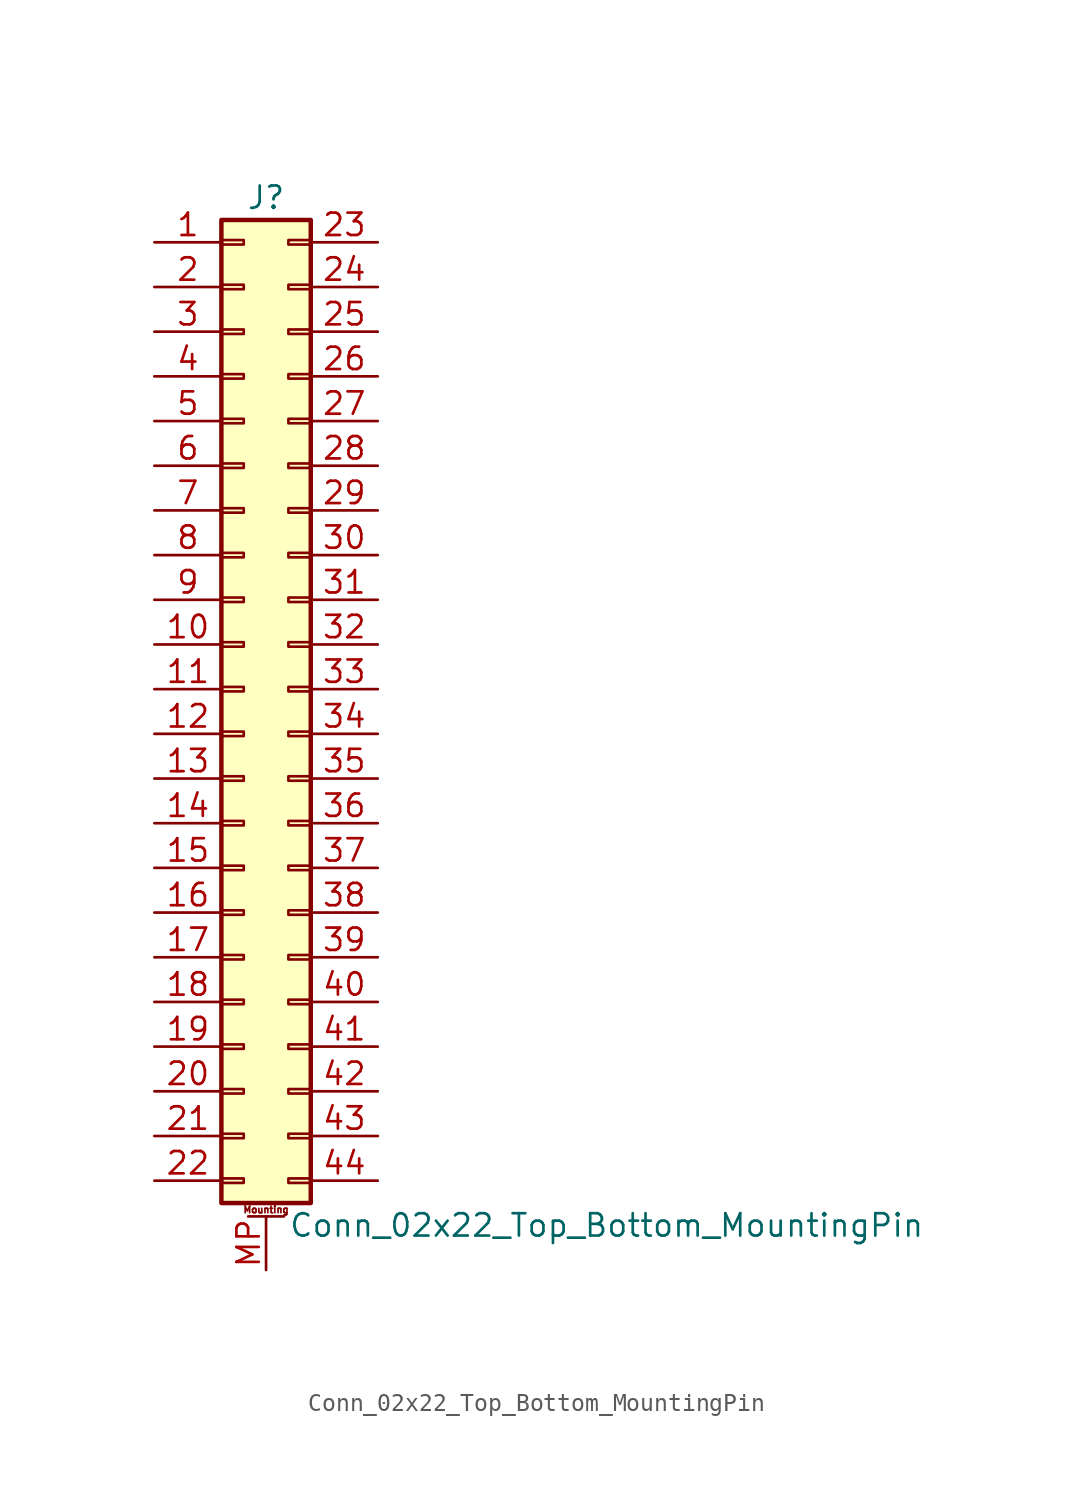
<source format=kicad_sym>
(kicad_symbol_lib
  (version 20201005)
  (generator kicad_symbol_editor)
  (symbol "Conn_02x22_Top_Bottom_MountingPin"
    (pin_names
      (offset 1.016) hide)
    (property "Reference" "J"
      (at 1.27 27.94 0)
      (effects (font (size 1.27 1.27))))
    (property "Value" "Conn_02x22_Top_Bottom_MountingPin"
      (at 2.54 -30.48 0)
      (effects (font (size 1.27 1.27)) (justify left)))
    (symbol "Conn_02x22_Top_Bottom_MountingPin_1_1"
      (text "Mounting" (at 1.27 -29.591 0) (effects (font (size 0.381 0.381))))
      (rectangle (start -1.27 -27.813) (end 0 -28.067) (stroke (width 0.152)) (fill (type none)))
      (rectangle (start -1.27 -25.273) (end 0 -25.527) (stroke (width 0.152)) (fill (type none)))
      (rectangle (start -1.27 -22.733) (end 0 -22.987) (stroke (width 0.152)) (fill (type none)))
      (rectangle (start -1.27 -20.193) (end 0 -20.447) (stroke (width 0.152)) (fill (type none)))
      (rectangle (start -1.27 -17.653) (end 0 -17.907) (stroke (width 0.152)) (fill (type none)))
      (rectangle (start -1.27 -15.113) (end 0 -15.367) (stroke (width 0.152)) (fill (type none)))
      (rectangle (start -1.27 -12.573) (end 0 -12.827) (stroke (width 0.152)) (fill (type none)))
      (rectangle (start -1.27 -10.033) (end 0 -10.287) (stroke (width 0.152)) (fill (type none)))
      (rectangle (start -1.27 -7.493) (end 0 -7.747) (stroke (width 0.152)) (fill (type none)))
      (rectangle (start -1.27 -4.953) (end 0 -5.207) (stroke (width 0.152)) (fill (type none)))
      (rectangle (start -1.27 -2.413) (end 0 -2.667) (stroke (width 0.152)) (fill (type none)))
      (rectangle (start -1.27 0.127) (end 0 -0.127) (stroke (width 0.152)) (fill (type none)))
      (rectangle (start -1.27 2.667) (end 0 2.413) (stroke (width 0.152)) (fill (type none)))
      (rectangle (start -1.27 5.207) (end 0 4.953) (stroke (width 0.152)) (fill (type none)))
      (rectangle (start -1.27 7.747) (end 0 7.493) (stroke (width 0.152)) (fill (type none)))
      (rectangle (start -1.27 10.287) (end 0 10.033) (stroke (width 0.152)) (fill (type none)))
      (rectangle (start -1.27 12.827) (end 0 12.573) (stroke (width 0.152)) (fill (type none)))
      (rectangle (start -1.27 15.367) (end 0 15.113) (stroke (width 0.152)) (fill (type none)))
      (rectangle (start -1.27 17.907) (end 0 17.653) (stroke (width 0.152)) (fill (type none)))
      (rectangle (start -1.27 20.447) (end 0 20.193) (stroke (width 0.152)) (fill (type none)))
      (rectangle (start -1.27 22.987) (end 0 22.733) (stroke (width 0.152)) (fill (type none)))
      (rectangle (start -1.27 25.527) (end 0 25.273) (stroke (width 0.152)) (fill (type none)))
      (rectangle (start 3.81 -27.813) (end 2.54 -28.067) (stroke (width 0.152)) (fill (type none)))
      (rectangle (start 3.81 -25.273) (end 2.54 -25.527) (stroke (width 0.152)) (fill (type none)))
      (rectangle (start 3.81 -22.733) (end 2.54 -22.987) (stroke (width 0.152)) (fill (type none)))
      (rectangle (start 3.81 -20.193) (end 2.54 -20.447) (stroke (width 0.152)) (fill (type none)))
      (rectangle (start 3.81 -17.653) (end 2.54 -17.907) (stroke (width 0.152)) (fill (type none)))
      (rectangle (start 3.81 -15.113) (end 2.54 -15.367) (stroke (width 0.152)) (fill (type none)))
      (rectangle (start 3.81 -12.573) (end 2.54 -12.827) (stroke (width 0.152)) (fill (type none)))
      (rectangle (start 3.81 -10.033) (end 2.54 -10.287) (stroke (width 0.152)) (fill (type none)))
      (rectangle (start 3.81 -7.493) (end 2.54 -7.747) (stroke (width 0.152)) (fill (type none)))
      (rectangle (start 3.81 -4.953) (end 2.54 -5.207) (stroke (width 0.152)) (fill (type none)))
      (rectangle (start 3.81 -2.413) (end 2.54 -2.667) (stroke (width 0.152)) (fill (type none)))
      (rectangle (start 3.81 0.127) (end 2.54 -0.127) (stroke (width 0.152)) (fill (type none)))
      (rectangle (start 3.81 2.667) (end 2.54 2.413) (stroke (width 0.152)) (fill (type none)))
      (rectangle (start 3.81 5.207) (end 2.54 4.953) (stroke (width 0.152)) (fill (type none)))
      (rectangle (start 3.81 7.747) (end 2.54 7.493) (stroke (width 0.152)) (fill (type none)))
      (rectangle (start 3.81 10.287) (end 2.54 10.033) (stroke (width 0.152)) (fill (type none)))
      (rectangle (start 3.81 12.827) (end 2.54 12.573) (stroke (width 0.152)) (fill (type none)))
      (rectangle (start 3.81 15.367) (end 2.54 15.113) (stroke (width 0.152)) (fill (type none)))
      (rectangle (start 3.81 17.907) (end 2.54 17.653) (stroke (width 0.152)) (fill (type none)))
      (rectangle (start 3.81 20.447) (end 2.54 20.193) (stroke (width 0.152)) (fill (type none)))
      (rectangle (start 3.81 22.987) (end 2.54 22.733) (stroke (width 0.152)) (fill (type none)))
      (rectangle (start 3.81 25.527) (end 2.54 25.273) (stroke (width 0.152)) (fill (type none)))
      (rectangle (start -1.27 26.67) (end 3.81 -29.21) (stroke (width 0.254)) (fill (type background)))
      (polyline (pts (xy 0.254 -29.972) (xy 2.286 -29.972)) (stroke (width 0.152)) (fill (type none)))
      (pin passive line (at -5.08 25.4 0) (length 3.81) (name "Pin_1" (effects (font (size 1.27 1.27)))) (number "1" (effects (font (size 1.27 1.27)))))
      (pin passive line (at -5.08 2.54 0) (length 3.81) (name "Pin_10" (effects (font (size 1.27 1.27)))) (number "10" (effects (font (size 1.27 1.27)))))
      (pin passive line (at -5.08 0 0) (length 3.81) (name "Pin_11" (effects (font (size 1.27 1.27)))) (number "11" (effects (font (size 1.27 1.27)))))
      (pin passive line (at -5.08 -2.54 0) (length 3.81) (name "Pin_12" (effects (font (size 1.27 1.27)))) (number "12" (effects (font (size 1.27 1.27)))))
      (pin passive line (at -5.08 -5.08 0) (length 3.81) (name "Pin_13" (effects (font (size 1.27 1.27)))) (number "13" (effects (font (size 1.27 1.27)))))
      (pin passive line (at -5.08 -7.62 0) (length 3.81) (name "Pin_14" (effects (font (size 1.27 1.27)))) (number "14" (effects (font (size 1.27 1.27)))))
      (pin passive line (at -5.08 -10.16 0) (length 3.81) (name "Pin_15" (effects (font (size 1.27 1.27)))) (number "15" (effects (font (size 1.27 1.27)))))
      (pin passive line (at -5.08 -12.7 0) (length 3.81) (name "Pin_16" (effects (font (size 1.27 1.27)))) (number "16" (effects (font (size 1.27 1.27)))))
      (pin passive line (at -5.08 -15.24 0) (length 3.81) (name "Pin_17" (effects (font (size 1.27 1.27)))) (number "17" (effects (font (size 1.27 1.27)))))
      (pin passive line (at -5.08 -17.78 0) (length 3.81) (name "Pin_18" (effects (font (size 1.27 1.27)))) (number "18" (effects (font (size 1.27 1.27)))))
      (pin passive line (at -5.08 -20.32 0) (length 3.81) (name "Pin_19" (effects (font (size 1.27 1.27)))) (number "19" (effects (font (size 1.27 1.27)))))
      (pin passive line (at -5.08 22.86 0) (length 3.81) (name "Pin_2" (effects (font (size 1.27 1.27)))) (number "2" (effects (font (size 1.27 1.27)))))
      (pin passive line (at -5.08 -22.86 0) (length 3.81) (name "Pin_20" (effects (font (size 1.27 1.27)))) (number "20" (effects (font (size 1.27 1.27)))))
      (pin passive line (at -5.08 -25.4 0) (length 3.81) (name "Pin_21" (effects (font (size 1.27 1.27)))) (number "21" (effects (font (size 1.27 1.27)))))
      (pin passive line (at -5.08 -27.94 0) (length 3.81) (name "Pin_22" (effects (font (size 1.27 1.27)))) (number "22" (effects (font (size 1.27 1.27)))))
      (pin passive line (at 7.62 25.4 180) (length 3.81) (name "Pin_23" (effects (font (size 1.27 1.27)))) (number "23" (effects (font (size 1.27 1.27)))))
      (pin passive line (at 7.62 22.86 180) (length 3.81) (name "Pin_24" (effects (font (size 1.27 1.27)))) (number "24" (effects (font (size 1.27 1.27)))))
      (pin passive line (at 7.62 20.32 180) (length 3.81) (name "Pin_25" (effects (font (size 1.27 1.27)))) (number "25" (effects (font (size 1.27 1.27)))))
      (pin passive line (at 7.62 17.78 180) (length 3.81) (name "Pin_26" (effects (font (size 1.27 1.27)))) (number "26" (effects (font (size 1.27 1.27)))))
      (pin passive line (at 7.62 15.24 180) (length 3.81) (name "Pin_27" (effects (font (size 1.27 1.27)))) (number "27" (effects (font (size 1.27 1.27)))))
      (pin passive line (at 7.62 12.7 180) (length 3.81) (name "Pin_28" (effects (font (size 1.27 1.27)))) (number "28" (effects (font (size 1.27 1.27)))))
      (pin passive line (at 7.62 10.16 180) (length 3.81) (name "Pin_29" (effects (font (size 1.27 1.27)))) (number "29" (effects (font (size 1.27 1.27)))))
      (pin passive line (at -5.08 20.32 0) (length 3.81) (name "Pin_3" (effects (font (size 1.27 1.27)))) (number "3" (effects (font (size 1.27 1.27)))))
      (pin passive line (at 7.62 7.62 180) (length 3.81) (name "Pin_30" (effects (font (size 1.27 1.27)))) (number "30" (effects (font (size 1.27 1.27)))))
      (pin passive line (at 7.62 5.08 180) (length 3.81) (name "Pin_31" (effects (font (size 1.27 1.27)))) (number "31" (effects (font (size 1.27 1.27)))))
      (pin passive line (at 7.62 2.54 180) (length 3.81) (name "Pin_32" (effects (font (size 1.27 1.27)))) (number "32" (effects (font (size 1.27 1.27)))))
      (pin passive line (at 7.62 0 180) (length 3.81) (name "Pin_33" (effects (font (size 1.27 1.27)))) (number "33" (effects (font (size 1.27 1.27)))))
      (pin passive line (at 7.62 -2.54 180) (length 3.81) (name "Pin_34" (effects (font (size 1.27 1.27)))) (number "34" (effects (font (size 1.27 1.27)))))
      (pin passive line (at 7.62 -5.08 180) (length 3.81) (name "Pin_35" (effects (font (size 1.27 1.27)))) (number "35" (effects (font (size 1.27 1.27)))))
      (pin passive line (at 7.62 -7.62 180) (length 3.81) (name "Pin_36" (effects (font (size 1.27 1.27)))) (number "36" (effects (font (size 1.27 1.27)))))
      (pin passive line (at 7.62 -10.16 180) (length 3.81) (name "Pin_37" (effects (font (size 1.27 1.27)))) (number "37" (effects (font (size 1.27 1.27)))))
      (pin passive line (at 7.62 -12.7 180) (length 3.81) (name "Pin_38" (effects (font (size 1.27 1.27)))) (number "38" (effects (font (size 1.27 1.27)))))
      (pin passive line (at 7.62 -15.24 180) (length 3.81) (name "Pin_39" (effects (font (size 1.27 1.27)))) (number "39" (effects (font (size 1.27 1.27)))))
      (pin passive line (at -5.08 17.78 0) (length 3.81) (name "Pin_4" (effects (font (size 1.27 1.27)))) (number "4" (effects (font (size 1.27 1.27)))))
      (pin passive line (at 7.62 -17.78 180) (length 3.81) (name "Pin_40" (effects (font (size 1.27 1.27)))) (number "40" (effects (font (size 1.27 1.27)))))
      (pin passive line (at 7.62 -20.32 180) (length 3.81) (name "Pin_41" (effects (font (size 1.27 1.27)))) (number "41" (effects (font (size 1.27 1.27)))))
      (pin passive line (at 7.62 -22.86 180) (length 3.81) (name "Pin_42" (effects (font (size 1.27 1.27)))) (number "42" (effects (font (size 1.27 1.27)))))
      (pin passive line (at 7.62 -25.4 180) (length 3.81) (name "Pin_43" (effects (font (size 1.27 1.27)))) (number "43" (effects (font (size 1.27 1.27)))))
      (pin passive line (at 7.62 -27.94 180) (length 3.81) (name "Pin_44" (effects (font (size 1.27 1.27)))) (number "44" (effects (font (size 1.27 1.27)))))
      (pin passive line (at -5.08 15.24 0) (length 3.81) (name "Pin_5" (effects (font (size 1.27 1.27)))) (number "5" (effects (font (size 1.27 1.27)))))
      (pin passive line (at -5.08 12.7 0) (length 3.81) (name "Pin_6" (effects (font (size 1.27 1.27)))) (number "6" (effects (font (size 1.27 1.27)))))
      (pin passive line (at -5.08 10.16 0) (length 3.81) (name "Pin_7" (effects (font (size 1.27 1.27)))) (number "7" (effects (font (size 1.27 1.27)))))
      (pin passive line (at -5.08 7.62 0) (length 3.81) (name "Pin_8" (effects (font (size 1.27 1.27)))) (number "8" (effects (font (size 1.27 1.27)))))
      (pin passive line (at -5.08 5.08 0) (length 3.81) (name "Pin_9" (effects (font (size 1.27 1.27)))) (number "9" (effects (font (size 1.27 1.27)))))
      (pin passive line (at 1.27 -33.02 90) (length 3.048) (name "MountPin" (effects (font (size 1.27 1.27)))) (number "MP" (effects (font (size 1.27 1.27))))))))
</source>
